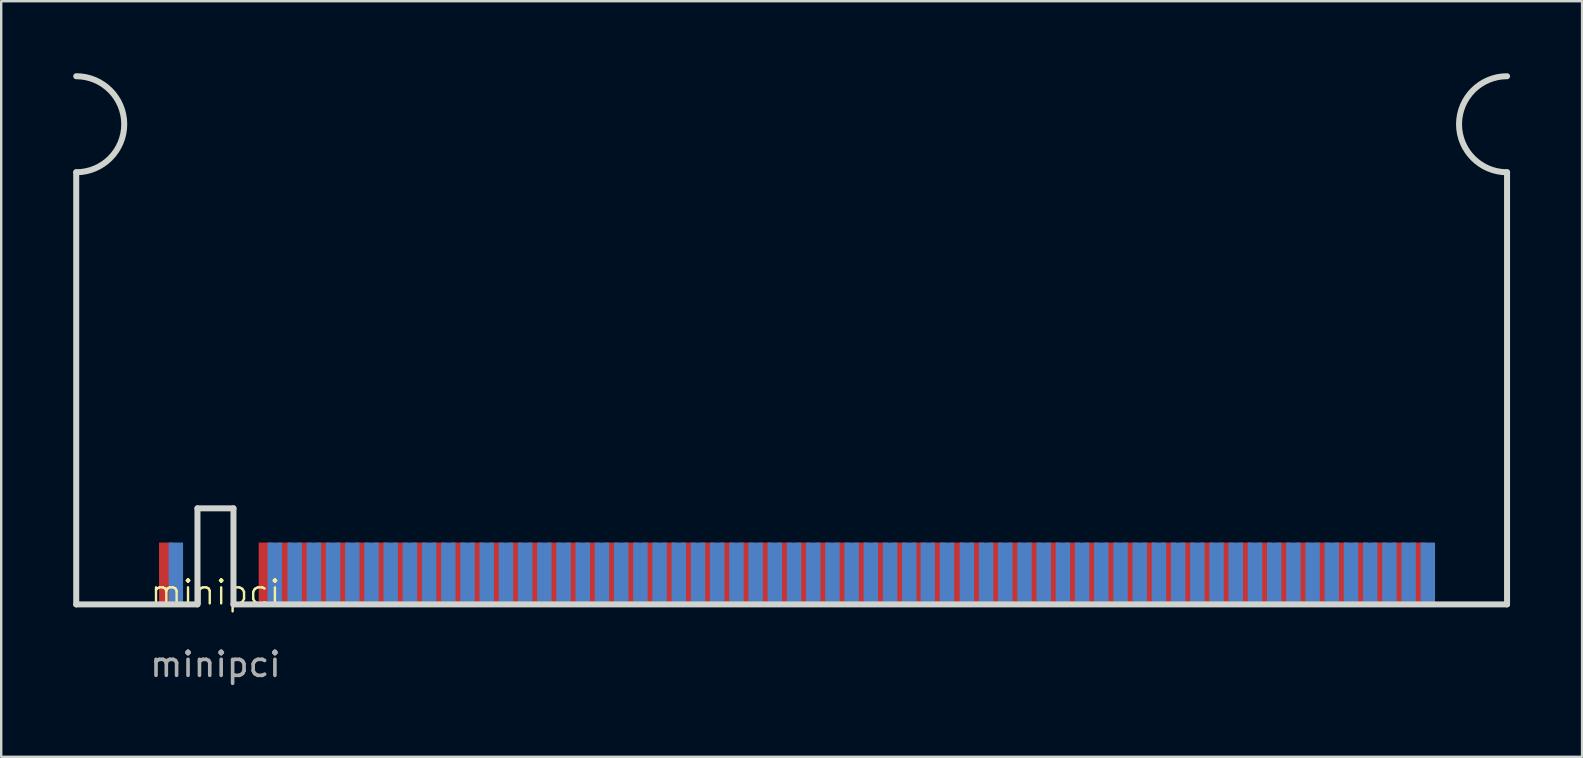
<source format=kicad_pcb>
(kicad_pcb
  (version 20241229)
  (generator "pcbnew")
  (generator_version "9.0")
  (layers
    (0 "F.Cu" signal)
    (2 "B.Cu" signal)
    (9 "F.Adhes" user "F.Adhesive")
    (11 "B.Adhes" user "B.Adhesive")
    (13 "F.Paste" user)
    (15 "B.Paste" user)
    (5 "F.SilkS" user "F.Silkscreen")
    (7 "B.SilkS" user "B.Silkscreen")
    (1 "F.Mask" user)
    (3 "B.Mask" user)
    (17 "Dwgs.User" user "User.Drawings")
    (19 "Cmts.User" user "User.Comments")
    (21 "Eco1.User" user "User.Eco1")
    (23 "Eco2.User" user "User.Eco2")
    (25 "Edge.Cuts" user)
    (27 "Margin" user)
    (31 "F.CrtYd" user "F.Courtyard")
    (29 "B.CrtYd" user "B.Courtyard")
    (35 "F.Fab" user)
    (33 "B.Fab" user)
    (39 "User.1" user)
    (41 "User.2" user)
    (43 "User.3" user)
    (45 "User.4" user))
  (footprint "minipci"
    (layer "F.Cu")
    (at 5.925 22.125)
    (property "Reference" "minipci" (at 0 -0.5 0) (unlocked yes) (layer "F.SilkS") (effects (font (size 1 1) (thickness 0.1))))
    (attr smd)
    (fp_line (start -5.8 0) (end -5.8 -18) (stroke (width 0.25) (type default)) (layer "Edge.Cuts"))
    (fp_line (start -5.8 0) (end -0.75 0) (stroke (width 0.25) (type default)) (layer "Edge.Cuts"))
    (fp_line (start -0.75 -4) (end 0.75 -4) (stroke (width 0.25) (type default)) (layer "Edge.Cuts"))
    (fp_line (start -0.75 0) (end -0.75 -4) (stroke (width 0.25) (type default)) (layer "Edge.Cuts"))
    (fp_line (start 0.75 -4) (end 0.75 0) (stroke (width 0.25) (type default)) (layer "Edge.Cuts"))
    (fp_line (start 0.75 0) (end 53.8 0) (stroke (width 0.25) (type default)) (layer "Edge.Cuts"))
    (fp_line (start 53.8 0) (end 53.8 -18) (stroke (width 0.25) (type default)) (layer "Edge.Cuts"))
    (fp_arc (start -5.8 -22) (mid -3.8 -20) (end -5.8 -18) (stroke (width 0.25) (type default)) (layer "Edge.Cuts"))
    (fp_arc (start 53.8 -18) (mid 51.8 -20) (end 53.8 -22) (stroke (width 0.25) (type default)) (layer "Edge.Cuts"))
    (fp_text user "${REFERENCE}" (at 0 2.5 0) (unlocked yes) (layer "F.Fab") (effects (font (size 1 1) (thickness 0.15))))
    (pad "1" smd rect (at -2.05 -1.3) (size 0.6 2.55) (layers "F.Cu" "F.Mask" "F.Paste"))
    (pad "2" smd rect (at -1.65 -1.3) (size 0.6 2.55) (layers "B.Cu" "B.Mask" "B.Paste"))
    (pad "3" smd rect (at 2.1 -1.3) (size 0.6 2.55) (layers "F.Cu" "F.Mask" "F.Paste"))
    (pad "4" smd rect (at 2.47 -1.3) (size 0.6 2.55) (layers "B.Cu" "B.Mask" "B.Paste"))
    (pad "5" smd rect (at 2.9 -1.3) (size 0.6 2.55) (layers "F.Cu" "F.Mask" "F.Paste"))
    (pad "6" smd rect (at 3.3 -1.3) (size 0.6 2.55) (layers "B.Cu" "B.Mask" "B.Paste"))
    (pad "7" smd rect (at 3.7 -1.3) (size 0.6 2.55) (layers "F.Cu" "F.Mask" "F.Paste"))
    (pad "8" smd rect (at 4.1 -1.3) (size 0.6 2.55) (layers "B.Cu" "B.Mask" "B.Paste"))
    (pad "9" smd rect (at 4.5 -1.3) (size 0.6 2.55) (layers "F.Cu" "F.Mask" "F.Paste"))
    (pad "10" smd rect (at 4.9 -1.3) (size 0.6 2.55) (layers "B.Cu" "B.Mask" "B.Paste"))
    (pad "11" smd rect (at 5.3 -1.3) (size 0.6 2.55) (layers "F.Cu" "F.Mask" "F.Paste"))
    (pad "12" smd rect (at 5.7 -1.3) (size 0.6 2.55) (layers "B.Cu" "B.Mask" "B.Paste"))
    (pad "13" smd rect (at 6.1 -1.3) (size 0.6 2.55) (layers "F.Cu" "F.Mask" "F.Paste"))
    (pad "14" smd rect (at 6.5 -1.3) (size 0.6 2.55) (layers "B.Cu" "B.Mask" "B.Paste"))
    (pad "15" smd rect (at 6.9 -1.3) (size 0.6 2.55) (layers "F.Cu" "F.Mask" "F.Paste"))
    (pad "16" smd rect (at 7.3 -1.3) (size 0.6 2.55) (layers "B.Cu" "B.Mask" "B.Paste"))
    (pad "17" smd rect (at 7.7 -1.3) (size 0.6 2.55) (layers "F.Cu" "F.Mask" "F.Paste"))
    (pad "18" smd rect (at 8.1 -1.3) (size 0.6 2.55) (layers "B.Cu" "B.Mask" "B.Paste"))
    (pad "19" smd rect (at 8.5 -1.3) (size 0.6 2.55) (layers "F.Cu" "F.Mask" "F.Paste"))
    (pad "20" smd rect (at 8.9 -1.3) (size 0.6 2.55) (layers "B.Cu" "B.Mask" "B.Paste"))
    (pad "21" smd rect (at 9.3 -1.3) (size 0.6 2.55) (layers "F.Cu" "F.Mask" "F.Paste"))
    (pad "22" smd rect (at 9.7 -1.3) (size 0.6 2.55) (layers "B.Cu" "B.Mask" "B.Paste"))
    (pad "23" smd rect (at 10.1 -1.3) (size 0.6 2.55) (layers "F.Cu" "F.Mask" "F.Paste"))
    (pad "24" smd rect (at 10.5 -1.3) (size 0.6 2.55) (layers "B.Cu" "B.Mask" "B.Paste"))
    (pad "25" smd rect (at 10.9 -1.3) (size 0.6 2.55) (layers "F.Cu" "F.Mask" "F.Paste"))
    (pad "26" smd rect (at 11.3 -1.3) (size 0.6 2.55) (layers "B.Cu" "B.Mask" "B.Paste"))
    (pad "27" smd rect (at 11.7 -1.3) (size 0.6 2.55) (layers "F.Cu" "F.Mask" "F.Paste"))
    (pad "28" smd rect (at 12.1 -1.3) (size 0.6 2.55) (layers "B.Cu" "B.Mask" "B.Paste"))
    (pad "29" smd rect (at 12.5 -1.3) (size 0.6 2.55) (layers "F.Cu" "F.Mask" "F.Paste"))
    (pad "30" smd rect (at 12.9 -1.3) (size 0.6 2.55) (layers "B.Cu" "B.Mask" "B.Paste"))
    (pad "31" smd rect (at 13.3 -1.3) (size 0.6 2.55) (layers "F.Cu" "F.Mask" "F.Paste"))
    (pad "32" smd rect (at 13.7 -1.3) (size 0.6 2.55) (layers "B.Cu" "B.Mask" "B.Paste"))
    (pad "33" smd rect (at 14.1 -1.3) (size 0.6 2.55) (layers "F.Cu" "F.Mask" "F.Paste"))
    (pad "34" smd rect (at 14.5 -1.3) (size 0.6 2.55) (layers "B.Cu" "B.Mask" "B.Paste"))
    (pad "35" smd rect (at 14.9 -1.3) (size 0.6 2.55) (layers "F.Cu" "F.Mask" "F.Paste"))
    (pad "36" smd rect (at 15.3 -1.3) (size 0.6 2.55) (layers "B.Cu" "B.Mask" "B.Paste"))
    (pad "37" smd rect (at 15.7 -1.3) (size 0.6 2.55) (layers "F.Cu" "F.Mask" "F.Paste"))
    (pad "38" smd rect (at 16.1 -1.3) (size 0.6 2.55) (layers "B.Cu" "B.Mask" "B.Paste"))
    (pad "39" smd rect (at 16.5 -1.3) (size 0.6 2.55) (layers "F.Cu" "F.Mask" "F.Paste"))
    (pad "40" smd rect (at 16.9 -1.3) (size 0.6 2.55) (layers "B.Cu" "B.Mask" "B.Paste"))
    (pad "41" smd rect (at 17.3 -1.3) (size 0.6 2.55) (layers "F.Cu" "F.Mask" "F.Paste"))
    (pad "42" smd rect (at 17.7 -1.3) (size 0.6 2.55) (layers "B.Cu" "B.Mask" "B.Paste"))
    (pad "43" smd rect (at 18.1 -1.3) (size 0.6 2.55) (layers "F.Cu" "F.Mask" "F.Paste"))
    (pad "44" smd rect (at 18.5 -1.3 180) (size 0.6 2.55) (layers "B.Cu" "B.Mask" "B.Paste"))
    (pad "45" smd rect (at 18.9 -1.3 180) (size 0.6 2.55) (layers "F.Cu" "F.Mask" "F.Paste"))
    (pad "46" smd rect (at 19.3 -1.3 180) (size 0.6 2.55) (layers "B.Cu" "B.Mask" "B.Paste"))
    (pad "47" smd rect (at 19.7 -1.3 180) (size 0.6 2.55) (layers "F.Cu" "F.Mask" "F.Paste"))
    (pad "48" smd rect (at 20.1 -1.3 180) (size 0.6 2.55) (layers "B.Cu" "B.Mask" "B.Paste"))
    (pad "49" smd rect (at 20.5 -1.3 180) (size 0.6 2.55) (layers "F.Cu" "F.Mask" "F.Paste"))
    (pad "50" smd rect (at 20.9 -1.3 180) (size 0.6 2.55) (layers "B.Cu" "B.Mask" "B.Paste"))
    (pad "51" smd rect (at 21.3 -1.3 180) (size 0.6 2.55) (layers "F.Cu" "F.Mask" "F.Paste"))
    (pad "52" smd rect (at 21.7 -1.3 180) (size 0.6 2.55) (layers "B.Cu" "B.Mask" "B.Paste"))
    (pad "53" smd rect (at 22.1 -1.3 180) (size 0.6 2.55) (layers "F.Cu" "F.Mask" "F.Paste"))
    (pad "54" smd rect (at 22.5 -1.3 180) (size 0.6 2.55) (layers "B.Cu" "B.Mask" "B.Paste"))
    (pad "55" smd rect (at 22.9 -1.3 180) (size 0.6 2.55) (layers "F.Cu" "F.Mask" "F.Paste"))
    (pad "56" smd rect (at 23.3 -1.3 180) (size 0.6 2.55) (layers "B.Cu" "B.Mask" "B.Paste"))
    (pad "57" smd rect (at 23.7 -1.3 180) (size 0.6 2.55) (layers "F.Cu" "F.Mask" "F.Paste"))
    (pad "58" smd rect (at 24.1 -1.3 180) (size 0.6 2.55) (layers "B.Cu" "B.Mask" "B.Paste"))
    (pad "59" smd rect (at 24.5 -1.3 180) (size 0.6 2.55) (layers "F.Cu" "F.Mask" "F.Paste"))
    (pad "60" smd rect (at 24.9 -1.3 180) (size 0.6 2.55) (layers "B.Cu" "B.Mask" "B.Paste"))
    (pad "61" smd rect (at 25.3 -1.3) (size 0.6 2.55) (layers "F.Cu" "F.Mask" "F.Paste"))
    (pad "62" smd rect (at 25.7 -1.3) (size 0.6 2.55) (layers "B.Cu" "B.Mask" "B.Paste"))
    (pad "63" smd rect (at 26.1 -1.3) (size 0.6 2.55) (layers "F.Cu" "F.Mask" "F.Paste"))
    (pad "64" smd rect (at 26.5 -1.3) (size 0.6 2.55) (layers "B.Cu" "B.Mask" "B.Paste"))
    (pad "65" smd rect (at 26.9 -1.3) (size 0.6 2.55) (layers "F.Cu" "F.Mask" "F.Paste"))
    (pad "66" smd rect (at 27.3 -1.3) (size 0.6 2.55) (layers "B.Cu" "B.Mask" "B.Paste"))
    (pad "67" smd rect (at 27.7 -1.3) (size 0.6 2.55) (layers "F.Cu" "F.Mask" "F.Paste"))
    (pad "68" smd rect (at 28.1 -1.3) (size 0.6 2.55) (layers "B.Cu" "B.Mask" "B.Paste"))
    (pad "69" smd rect (at 28.5 -1.3) (size 0.6 2.55) (layers "F.Cu" "F.Mask" "F.Paste"))
    (pad "70" smd rect (at 28.9 -1.3) (size 0.6 2.55) (layers "B.Cu" "B.Mask" "B.Paste"))
    (pad "71" smd rect (at 29.3 -1.3) (size 0.6 2.55) (layers "F.Cu" "F.Mask" "F.Paste"))
    (pad "72" smd rect (at 29.67 -1.3) (size 0.6 2.55) (layers "B.Cu" "B.Mask" "B.Paste"))
    (pad "73" smd rect (at 30.1 -1.3) (size 0.6 2.55) (layers "F.Cu" "F.Mask" "F.Paste"))
    (pad "74" smd rect (at 30.47 -1.3) (size 0.6 2.55) (layers "B.Cu" "B.Mask" "B.Paste"))
    (pad "75" smd rect (at 30.9 -1.3) (size 0.6 2.55) (layers "F.Cu" "F.Mask" "F.Paste"))
    (pad "76" smd rect (at 31.3 -1.3) (size 0.6 2.55) (layers "B.Cu" "B.Mask" "B.Paste"))
    (pad "77" smd rect (at 31.7 -1.3) (size 0.6 2.55) (layers "F.Cu" "F.Mask" "F.Paste"))
    (pad "78" smd rect (at 32.1 -1.3) (size 0.6 2.55) (layers "B.Cu" "B.Mask" "B.Paste"))
    (pad "79" smd rect (at 32.5 -1.3) (size 0.6 2.55) (layers "F.Cu" "F.Mask" "F.Paste"))
    (pad "80" smd rect (at 32.9 -1.3) (size 0.6 2.55) (layers "B.Cu" "B.Mask" "B.Paste"))
    (pad "81" smd rect (at 33.3 -1.3) (size 0.6 2.55) (layers "F.Cu" "F.Mask" "F.Paste"))
    (pad "82" smd rect (at 33.7 -1.3) (size 0.6 2.55) (layers "B.Cu" "B.Mask" "B.Paste"))
    (pad "83" smd rect (at 34.1 -1.3) (size 0.6 2.55) (layers "F.Cu" "F.Mask" "F.Paste"))
    (pad "84" smd rect (at 34.5 -1.3) (size 0.6 2.55) (layers "B.Cu" "B.Mask" "B.Paste"))
    (pad "85" smd rect (at 34.9 -1.3) (size 0.6 2.55) (layers "F.Cu" "F.Mask" "F.Paste"))
    (pad "86" smd rect (at 35.3 -1.3) (size 0.6 2.55) (layers "B.Cu" "B.Mask" "B.Paste"))
    (pad "87" smd rect (at 35.7 -1.3) (size 0.6 2.55) (layers "F.Cu" "F.Mask" "F.Paste"))
    (pad "88" smd rect (at 36.1 -1.3) (size 0.6 2.55) (layers "B.Cu" "B.Mask" "B.Paste"))
    (pad "89" smd rect (at 36.5 -1.3) (size 0.6 2.55) (layers "F.Cu" "F.Mask" "F.Paste"))
    (pad "90" smd rect (at 36.9 -1.3) (size 0.6 2.55) (layers "B.Cu" "B.Mask" "B.Paste"))
    (pad "91" smd rect (at 37.3 -1.3) (size 0.6 2.55) (layers "F.Cu" "F.Mask" "F.Paste"))
    (pad "92" smd rect (at 37.7 -1.3) (size 0.6 2.55) (layers "B.Cu" "B.Mask" "B.Paste"))
    (pad "93" smd rect (at 38.1 -1.3) (size 0.6 2.55) (layers "F.Cu" "F.Mask" "F.Paste"))
    (pad "94" smd rect (at 38.5 -1.3) (size 0.6 2.55) (layers "B.Cu" "B.Mask" "B.Paste"))
    (pad "95" smd rect (at 38.9 -1.3) (size 0.6 2.55) (layers "F.Cu" "F.Mask" "F.Paste"))
    (pad "96" smd rect (at 39.3 -1.3) (size 0.6 2.55) (layers "B.Cu" "B.Mask" "B.Paste"))
    (pad "97" smd rect (at 39.7 -1.3) (size 0.6 2.55) (layers "F.Cu" "F.Mask" "F.Paste"))
    (pad "98" smd rect (at 40.1 -1.3) (size 0.6 2.55) (layers "B.Cu" "B.Mask" "B.Paste"))
    (pad "99" smd rect (at 40.5 -1.3) (size 0.6 2.55) (layers "F.Cu" "F.Mask" "F.Paste"))
    (pad "100" smd rect (at 40.9 -1.3) (size 0.6 2.55) (layers "B.Cu" "B.Mask" "B.Paste"))
    (pad "101" smd rect (at 41.3 -1.3) (size 0.6 2.55) (layers "F.Cu" "F.Mask" "F.Paste"))
    (pad "102" smd rect (at 41.7 -1.3) (size 0.6 2.55) (layers "B.Cu" "B.Mask" "B.Paste"))
    (pad "103" smd rect (at 42.1 -1.3) (size 0.6 2.55) (layers "F.Cu" "F.Mask" "F.Paste"))
    (pad "104" smd rect (at 42.5 -1.3) (size 0.6 2.55) (layers "B.Cu" "B.Mask" "B.Paste"))
    (pad "105" smd rect (at 42.9 -1.3) (size 0.6 2.55) (layers "F.Cu" "F.Mask" "F.Paste"))
    (pad "106" smd rect (at 43.3 -1.3) (size 0.6 2.55) (layers "B.Cu" "B.Mask" "B.Paste"))
    (pad "107" smd rect (at 43.7 -1.3) (size 0.6 2.55) (layers "F.Cu" "F.Mask" "F.Paste"))
    (pad "108" smd rect (at 44.1 -1.3) (size 0.6 2.55) (layers "B.Cu" "B.Mask" "B.Paste"))
    (pad "109" smd rect (at 44.5 -1.3) (size 0.6 2.55) (layers "F.Cu" "F.Mask" "F.Paste"))
    (pad "110" smd rect (at 44.9 -1.3) (size 0.6 2.55) (layers "B.Cu" "B.Mask" "B.Paste"))
    (pad "111" smd rect (at 45.3 -1.3) (size 0.6 2.55) (layers "F.Cu" "F.Mask" "F.Paste"))
    (pad "112" smd rect (at 45.7 -1.3) (size 0.6 2.55) (layers "B.Cu" "B.Mask" "B.Paste"))
    (pad "113" smd rect (at 46.1 -1.3) (size 0.6 2.55) (layers "F.Cu" "F.Mask" "F.Paste"))
    (pad "114" smd rect (at 46.5 -1.3) (size 0.6 2.55) (layers "B.Cu" "B.Mask" "B.Paste"))
    (pad "115" smd rect (at 46.9 -1.3) (size 0.6 2.55) (layers "F.Cu" "F.Mask" "F.Paste"))
    (pad "116" smd rect (at 47.3 -1.3) (size 0.6 2.55) (layers "B.Cu" "B.Mask" "B.Paste"))
    (pad "117" smd rect (at 47.7 -1.3) (size 0.6 2.55) (layers "F.Cu" "F.Mask" "F.Paste"))
    (pad "118" smd rect (at 48.1 -1.3) (size 0.6 2.55) (layers "B.Cu" "B.Mask" "B.Paste"))
    (pad "119" smd rect (at 48.5 -1.3) (size 0.6 2.55) (layers "F.Cu" "F.Mask" "F.Paste"))
    (pad "120" smd rect (at 48.9 -1.3) (size 0.6 2.55) (layers "B.Cu" "B.Mask" "B.Paste"))
    (pad "121" smd rect (at 49.3 -1.3) (size 0.6 2.55) (layers "F.Cu" "F.Mask" "F.Paste"))
    (pad "122" smd rect (at 49.7 -1.3) (size 0.6 2.55) (layers "B.Cu" "B.Mask" "B.Paste"))
    (pad "123" smd rect (at 50.1 -1.3) (size 0.6 2.55) (layers "F.Cu" "F.Mask" "F.Paste"))
    (pad "124" smd rect (at 50.5 -1.3) (size 0.6 2.55) (layers "B.Cu" "B.Mask" "B.Paste")))
  (gr_rect
    (start -3 -3)
    (end 62.85 28.473)
    (stroke (width 0.1) (type default))
    (fill no)
    (layer "Edge.Cuts")))
</source>
